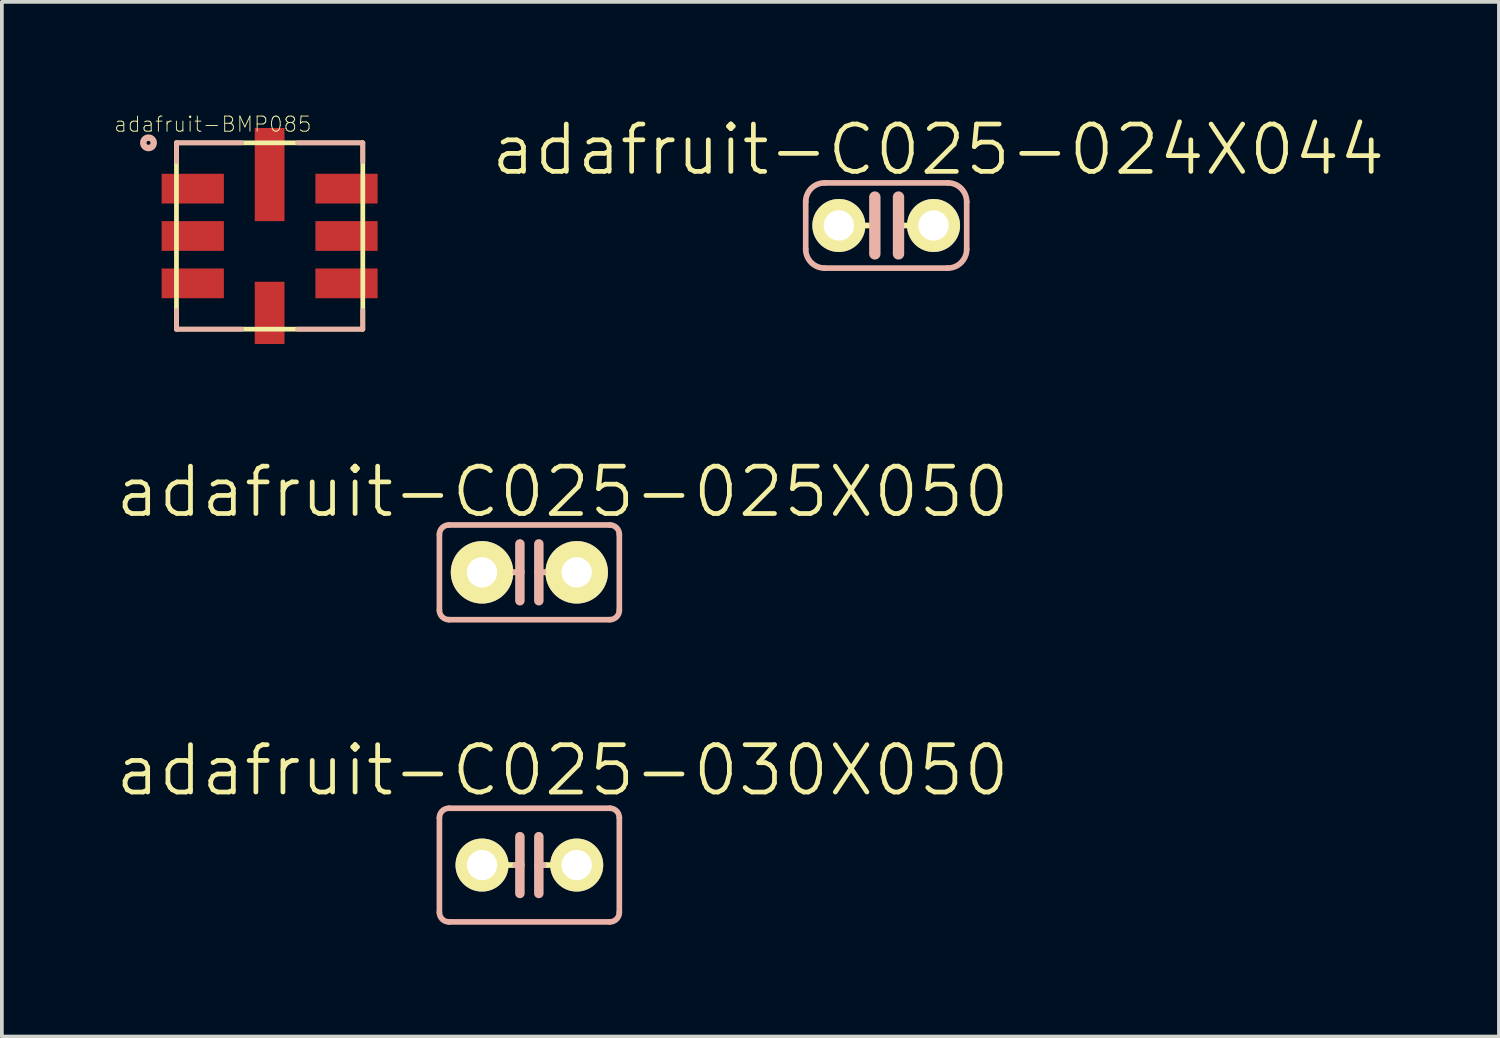
<source format=kicad_pcb>
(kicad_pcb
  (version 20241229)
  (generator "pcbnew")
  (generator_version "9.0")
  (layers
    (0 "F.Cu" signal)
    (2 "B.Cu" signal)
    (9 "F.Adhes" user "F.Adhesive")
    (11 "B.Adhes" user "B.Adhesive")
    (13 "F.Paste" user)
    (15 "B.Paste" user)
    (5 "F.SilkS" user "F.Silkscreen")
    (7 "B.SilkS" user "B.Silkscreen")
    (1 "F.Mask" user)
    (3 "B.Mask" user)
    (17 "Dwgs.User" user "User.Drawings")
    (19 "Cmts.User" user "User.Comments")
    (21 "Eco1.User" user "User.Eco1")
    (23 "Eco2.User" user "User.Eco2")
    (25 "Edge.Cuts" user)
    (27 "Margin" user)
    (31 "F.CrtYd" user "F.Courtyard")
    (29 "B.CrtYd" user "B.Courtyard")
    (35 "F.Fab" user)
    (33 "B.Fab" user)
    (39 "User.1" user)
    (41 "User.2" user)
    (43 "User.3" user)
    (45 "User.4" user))
  (footprint "adafruit-C025-030X050"
    (layer "F.Cu")
    (at 11.149 20.153)
    (property "Reference" "adafruit-C025-030X050" (at 0.889 -2.54 0) (layer "F.SilkS") (effects (font (size 1.27 1.27) (thickness 0.127))))
    (attr exclude_from_pos_files exclude_from_bom)
    (fp_line (start -0.381 0) (end -0.762 0) (stroke (width 0.152) (type solid)) (layer "F.SilkS"))
    (fp_line (start 0.762 0) (end 0.381 0) (stroke (width 0.152) (type solid)) (layer "F.SilkS"))
    (fp_line (start -2.413 -1.27) (end -2.413 1.27) (stroke (width 0.152) (type solid)) (layer "B.SilkS"))
    (fp_line (start -2.159 -1.524) (end 2.159 -1.524) (stroke (width 0.152) (type solid)) (layer "B.SilkS"))
    (fp_line (start -0.254 -0.762) (end -0.254 0) (stroke (width 0.254) (type solid)) (layer "B.SilkS"))
    (fp_line (start -0.254 0) (end -0.381 0) (stroke (width 0.152) (type solid)) (layer "B.SilkS"))
    (fp_line (start -0.254 0) (end -0.254 0.762) (stroke (width 0.254) (type solid)) (layer "B.SilkS"))
    (fp_line (start 0.254 0) (end 0.254 -0.762) (stroke (width 0.254) (type solid)) (layer "B.SilkS"))
    (fp_line (start 0.254 0) (end 0.254 0.762) (stroke (width 0.254) (type solid)) (layer "B.SilkS"))
    (fp_line (start 0.381 0) (end 0.254 0) (stroke (width 0.152) (type solid)) (layer "B.SilkS"))
    (fp_line (start 2.159 1.524) (end -2.159 1.524) (stroke (width 0.152) (type solid)) (layer "B.SilkS"))
    (fp_line (start 2.413 -1.27) (end 2.413 1.27) (stroke (width 0.152) (type solid)) (layer "B.SilkS"))
    (fp_arc (start -2.413 -1.27) (mid -2.338605 -1.449605) (end -2.159 -1.524) (stroke (width 0.1524) (type solid)) (layer "B.SilkS"))
    (fp_arc (start -2.159 1.524) (mid -2.338605 1.449605) (end -2.413 1.27) (stroke (width 0.1524) (type solid)) (layer "B.SilkS"))
    (fp_arc (start 2.159 -1.524) (mid 2.338605 -1.449605) (end 2.413 -1.27) (stroke (width 0.1524) (type solid)) (layer "B.SilkS"))
    (fp_arc (start 2.413 1.27) (mid 2.338605 1.449605) (end 2.159 1.524) (stroke (width 0.1524) (type solid)) (layer "B.SilkS"))
    (pad "1" thru_hole circle (at -1.27 0) (size 1.422 1.422) (drill 0.813) (layers "*.Cu" "F.Mask" "F.SilkS" "F.Paste"))
    (pad "2" thru_hole circle (at 1.27 0) (size 1.422 1.422) (drill 0.813) (layers "*.Cu" "F.Mask" "F.SilkS" "F.Paste")))
  (footprint "adafruit-BMP085"
    (layer "F.Cu")
    (at 4.182 3.28)
    (property "Reference" "adafruit-BMP085" (at -1.524 -2.997 0) (layer "F.SilkS") (effects (font (size 0.406 0.406) (thickness 0.025))))
    (attr smd)
    (fp_line (start -2.499 -2.499) (end 2.499 -2.499) (stroke (width 0.127) (type solid)) (layer "F.SilkS"))
    (fp_line (start -2.499 2.499) (end -2.499 -2.499) (stroke (width 0.127) (type solid)) (layer "F.SilkS"))
    (fp_line (start 2.499 -2.499) (end 2.499 2.499) (stroke (width 0.127) (type solid)) (layer "F.SilkS"))
    (fp_line (start 2.499 2.499) (end -2.499 2.499) (stroke (width 0.127) (type solid)) (layer "F.SilkS"))
    (fp_line (start -2.499 -2.499) (end -2.499 -1.999) (stroke (width 0.127) (type solid)) (layer "B.SilkS"))
    (fp_line (start -2.499 1.999) (end -2.499 2.499) (stroke (width 0.127) (type solid)) (layer "B.SilkS"))
    (fp_line (start -2.499 2.499) (end -0.749 2.499) (stroke (width 0.127) (type solid)) (layer "B.SilkS"))
    (fp_line (start -0.749 -2.499) (end -2.499 -2.499) (stroke (width 0.127) (type solid)) (layer "B.SilkS"))
    (fp_line (start 0.749 -2.499) (end 2.499 -2.499) (stroke (width 0.127) (type solid)) (layer "B.SilkS"))
    (fp_line (start 0.749 2.499) (end 2.499 2.499) (stroke (width 0.127) (type solid)) (layer "B.SilkS"))
    (fp_line (start 2.499 -2.499) (end 2.499 -1.999) (stroke (width 0.127) (type solid)) (layer "B.SilkS"))
    (fp_line (start 2.499 2.499) (end 2.499 1.999) (stroke (width 0.127) (type solid)) (layer "B.SilkS"))
    (fp_circle (center -3.249 -2.499) (end -3.348 -2.598) (stroke (width 0.173) (type solid)) (fill no) (layer "B.SilkS"))
    (pad "P$1" smd rect (at -2.062 -1.27) (size 1.669 0.798) (layers "F.Cu" "F.Mask" "F.Paste"))
    (pad "P$2" smd rect (at -2.062 0) (size 1.669 0.798) (layers "F.Cu" "F.Mask" "F.Paste"))
    (pad "P$3" smd rect (at -2.062 1.27) (size 1.669 0.798) (layers "F.Cu" "F.Mask" "F.Paste"))
    (pad "P$4" smd rect (at 0 2.062 90) (size 1.669 0.798) (layers "F.Cu" "F.Mask" "F.Paste"))
    (pad "P$5" smd rect (at 2.062 1.27 180) (size 1.669 0.798) (layers "F.Cu" "F.Mask" "F.Paste"))
    (pad "P$6" smd rect (at 2.062 0 180) (size 1.669 0.798) (layers "F.Cu" "F.Mask" "F.Paste"))
    (pad "P$7" smd rect (at 2.062 -1.27 180) (size 1.669 0.798) (layers "F.Cu" "F.Mask" "F.Paste"))
    (pad "P$8" smd rect (at 0 -1.648 270) (size 2.499 0.798) (layers "F.Cu" "F.Mask" "F.Paste")))
  (footprint "adafruit-C025-025X050"
    (layer "F.Cu")
    (at 11.149 12.301)
    (property "Reference" "adafruit-C025-025X050" (at 0.889 -2.159 0) (layer "F.SilkS") (effects (font (size 1.27 1.27) (thickness 0.127))))
    (attr exclude_from_pos_files exclude_from_bom)
    (fp_line (start -0.381 0) (end -0.762 0) (stroke (width 0.152) (type solid)) (layer "F.SilkS"))
    (fp_line (start 0.762 0) (end 0.381 0) (stroke (width 0.152) (type solid)) (layer "F.SilkS"))
    (fp_line (start -2.413 -1.016) (end -2.413 1.016) (stroke (width 0.152) (type solid)) (layer "B.SilkS"))
    (fp_line (start -2.159 -1.27) (end 2.159 -1.27) (stroke (width 0.152) (type solid)) (layer "B.SilkS"))
    (fp_line (start -0.254 -0.762) (end -0.254 0) (stroke (width 0.254) (type solid)) (layer "B.SilkS"))
    (fp_line (start -0.254 0) (end -0.381 0) (stroke (width 0.152) (type solid)) (layer "B.SilkS"))
    (fp_line (start -0.254 0) (end -0.254 0.762) (stroke (width 0.254) (type solid)) (layer "B.SilkS"))
    (fp_line (start 0.254 0) (end 0.254 -0.762) (stroke (width 0.254) (type solid)) (layer "B.SilkS"))
    (fp_line (start 0.254 0) (end 0.254 0.762) (stroke (width 0.254) (type solid)) (layer "B.SilkS"))
    (fp_line (start 0.381 0) (end 0.254 0) (stroke (width 0.152) (type solid)) (layer "B.SilkS"))
    (fp_line (start 2.159 1.27) (end -2.159 1.27) (stroke (width 0.152) (type solid)) (layer "B.SilkS"))
    (fp_line (start 2.413 -1.016) (end 2.413 1.016) (stroke (width 0.152) (type solid)) (layer "B.SilkS"))
    (fp_arc (start -2.413 -1.016) (mid -2.338605 -1.195605) (end -2.159 -1.27) (stroke (width 0.1524) (type solid)) (layer "B.SilkS"))
    (fp_arc (start -2.159 1.27) (mid -2.338605 1.195605) (end -2.413 1.016) (stroke (width 0.1524) (type solid)) (layer "B.SilkS"))
    (fp_arc (start 2.159 -1.27) (mid 2.338605 -1.195605) (end 2.413 -1.016) (stroke (width 0.1524) (type solid)) (layer "B.SilkS"))
    (fp_arc (start 2.413 1.016) (mid 2.338605 1.195605) (end 2.159 1.27) (stroke (width 0.1524) (type solid)) (layer "B.SilkS"))
    (pad "1" thru_hole circle (at -1.27 0) (size 1.676 1.676) (drill 0.813) (layers "*.Cu" "F.Mask" "F.SilkS" "F.Paste"))
    (pad "2" thru_hole circle (at 1.27 0) (size 1.676 1.676) (drill 0.813) (layers "*.Cu" "F.Mask" "F.SilkS" "F.Paste")))
  (footprint "adafruit-C025-024X044"
    (layer "F.Cu")
    (at 20.72 2.998)
    (property "Reference" "adafruit-C025-024X044" (at 1.397 -2.032 0) (layer "F.SilkS") (effects (font (size 1.27 1.27) (thickness 0.127))))
    (attr exclude_from_pos_files exclude_from_bom)
    (fp_line (start -1.27 0) (end -0.305 0) (stroke (width 0.152) (type solid)) (layer "F.SilkS"))
    (fp_line (start 1.27 0) (end 0.33 0) (stroke (width 0.152) (type solid)) (layer "F.SilkS"))
    (fp_line (start -2.159 0.635) (end -2.159 -0.635) (stroke (width 0.152) (type solid)) (layer "B.SilkS"))
    (fp_line (start -0.305 -0.762) (end -0.305 0.762) (stroke (width 0.305) (type solid)) (layer "B.SilkS"))
    (fp_line (start 0.33 -0.762) (end 0.33 0.762) (stroke (width 0.305) (type solid)) (layer "B.SilkS"))
    (fp_line (start 1.651 -1.143) (end -1.651 -1.143) (stroke (width 0.152) (type solid)) (layer "B.SilkS"))
    (fp_line (start 1.651 1.143) (end -1.651 1.143) (stroke (width 0.152) (type solid)) (layer "B.SilkS"))
    (fp_line (start 2.159 0.635) (end 2.159 -0.635) (stroke (width 0.152) (type solid)) (layer "B.SilkS"))
    (fp_arc (start -2.159 -0.635) (mid -2.01021 -0.99421) (end -1.651 -1.143) (stroke (width 0.1524) (type solid)) (layer "B.SilkS"))
    (fp_arc (start -1.651 1.143) (mid -2.01021 0.99421) (end -2.159 0.635) (stroke (width 0.1524) (type solid)) (layer "B.SilkS"))
    (fp_arc (start 1.651 -1.143) (mid 2.01021 -0.99421) (end 2.159 -0.635) (stroke (width 0.1524) (type solid)) (layer "B.SilkS"))
    (fp_arc (start 2.159 0.635) (mid 2.01021 0.99421) (end 1.651 1.143) (stroke (width 0.1524) (type solid)) (layer "B.SilkS"))
    (pad "1" thru_hole circle (at -1.27 0) (size 1.422 1.422) (drill 0.813) (layers "*.Cu" "F.Mask" "F.SilkS" "F.Paste"))
    (pad "2" thru_hole circle (at 1.27 0) (size 1.422 1.422) (drill 0.813) (layers "*.Cu" "F.Mask" "F.SilkS" "F.Paste")))
  (gr_rect
    (start -3 -3)
    (end 37.155 24.753)
    (stroke (width 0.1) (type default))
    (fill no)
    (layer "Edge.Cuts")))
</source>
